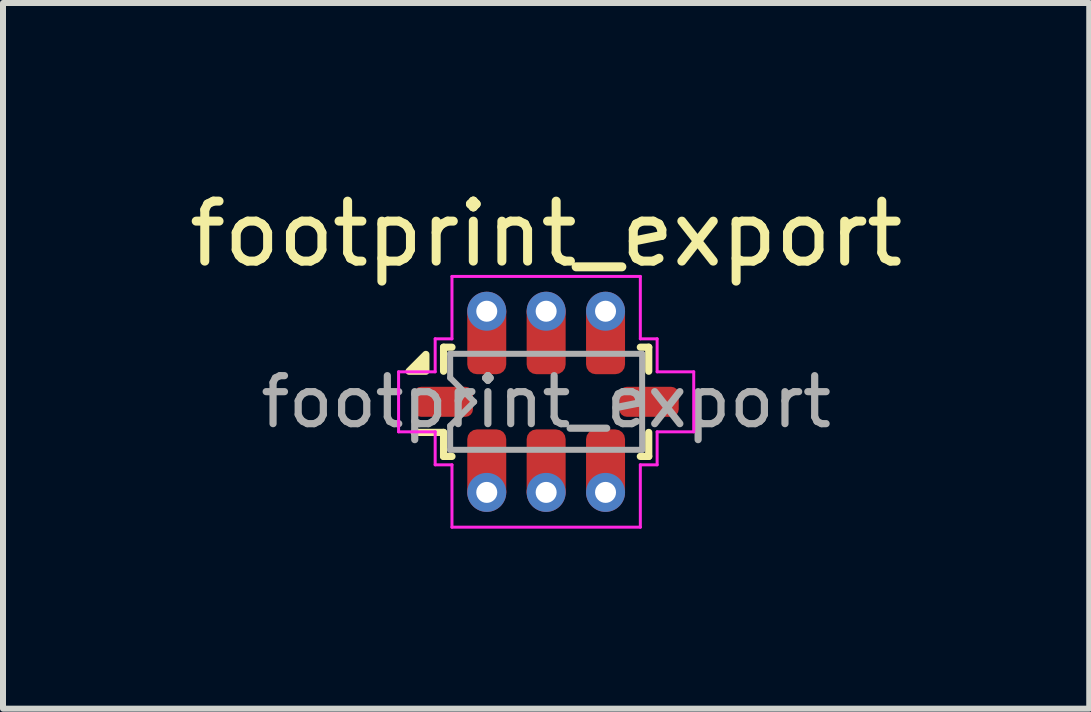
<source format=kicad_pcb>
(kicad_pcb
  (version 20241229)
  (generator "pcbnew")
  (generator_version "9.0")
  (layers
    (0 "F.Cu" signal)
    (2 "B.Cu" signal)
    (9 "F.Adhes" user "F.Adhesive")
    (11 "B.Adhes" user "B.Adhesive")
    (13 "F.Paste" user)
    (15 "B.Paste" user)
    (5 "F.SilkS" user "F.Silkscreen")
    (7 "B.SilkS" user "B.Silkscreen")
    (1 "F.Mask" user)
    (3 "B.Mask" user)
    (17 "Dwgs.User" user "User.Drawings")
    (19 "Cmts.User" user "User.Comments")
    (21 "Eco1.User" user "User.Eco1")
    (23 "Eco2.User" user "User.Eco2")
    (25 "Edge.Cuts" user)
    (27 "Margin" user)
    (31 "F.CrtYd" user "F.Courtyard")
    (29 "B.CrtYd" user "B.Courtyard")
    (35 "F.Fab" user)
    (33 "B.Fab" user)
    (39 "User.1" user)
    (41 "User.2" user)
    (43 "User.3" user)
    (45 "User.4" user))
  (footprint "footprint_export"
    (layer "F.Cu")
    (at 6.054 3.648)
    (property "Reference" "footprint_export" (at 0 -2.8 0) (layer "F.SilkS") (effects (font (size 1 1) (thickness 0.15))))
    (attr smd)
    (fp_line (start -2.2 0.51) (end -1.71 0.51) (stroke (width 0.12) (type solid)) (layer "F.SilkS"))
    (fp_line (start -1.71 -0.91) (end -1.71 -0.51) (stroke (width 0.12) (type solid)) (layer "F.SilkS"))
    (fp_line (start -1.71 -0.91) (end -1.57 -0.91) (stroke (width 0.12) (type solid)) (layer "F.SilkS"))
    (fp_line (start -1.71 0.51) (end -1.71 0.91) (stroke (width 0.12) (type solid)) (layer "F.SilkS"))
    (fp_line (start -1.57 0.91) (end -1.71 0.91) (stroke (width 0.12) (type solid)) (layer "F.SilkS"))
    (fp_line (start 1.57 -0.91) (end 1.71 -0.91) (stroke (width 0.12) (type solid)) (layer "F.SilkS"))
    (fp_line (start 1.71 -0.91) (end 1.71 -0.51) (stroke (width 0.12) (type solid)) (layer "F.SilkS"))
    (fp_line (start 1.71 0.51) (end 1.71 0.91) (stroke (width 0.12) (type solid)) (layer "F.SilkS"))
    (fp_line (start 1.71 0.91) (end 1.57 0.91) (stroke (width 0.12) (type solid)) (layer "F.SilkS"))
    (fp_poly (pts (xy -2.005 -0.51) (xy -2.285 -0.51) (xy -2.005 -0.79) (xy -2.005 -0.51)) (stroke (width 0.12) (type solid)) (fill yes) (layer "F.SilkS"))
    (fp_line (start -2.46 -0.5) (end -1.85 -0.5) (stroke (width 0.05) (type solid)) (layer "F.CrtYd"))
    (fp_line (start -2.46 0.5) (end -2.46 -0.5) (stroke (width 0.05) (type solid)) (layer "F.CrtYd"))
    (fp_line (start -2.46 0.5) (end -1.85 0.5) (stroke (width 0.05) (type solid)) (layer "F.CrtYd"))
    (fp_line (start -1.85 -0.5) (end -1.85 -1.05) (stroke (width 0.05) (type solid)) (layer "F.CrtYd"))
    (fp_line (start -1.85 1.05) (end -1.85 0.5) (stroke (width 0.05) (type solid)) (layer "F.CrtYd"))
    (fp_line (start -1.57 -1.05) (end -1.85 -1.05) (stroke (width 0.05) (type solid)) (layer "F.CrtYd"))
    (fp_line (start -1.57 -1.05) (end -1.57 -2.09) (stroke (width 0.05) (type solid)) (layer "F.CrtYd"))
    (fp_line (start -1.57 1.05) (end -1.85 1.05) (stroke (width 0.05) (type solid)) (layer "F.CrtYd"))
    (fp_line (start -1.57 2.09) (end -1.57 1.05) (stroke (width 0.05) (type solid)) (layer "F.CrtYd"))
    (fp_line (start 1.57 -2.09) (end -1.57 -2.09) (stroke (width 0.05) (type solid)) (layer "F.CrtYd"))
    (fp_line (start 1.57 -1.05) (end 1.57 -2.09) (stroke (width 0.05) (type solid)) (layer "F.CrtYd"))
    (fp_line (start 1.57 2.09) (end -1.57 2.09) (stroke (width 0.05) (type solid)) (layer "F.CrtYd"))
    (fp_line (start 1.57 2.09) (end 1.57 1.05) (stroke (width 0.05) (type solid)) (layer "F.CrtYd"))
    (fp_line (start 1.85 -1.05) (end 1.57 -1.05) (stroke (width 0.05) (type solid)) (layer "F.CrtYd"))
    (fp_line (start 1.85 -0.5) (end 1.85 -1.05) (stroke (width 0.05) (type solid)) (layer "F.CrtYd"))
    (fp_line (start 1.85 -0.5) (end 2.46 -0.5) (stroke (width 0.05) (type solid)) (layer "F.CrtYd"))
    (fp_line (start 1.85 0.5) (end 2.46 0.5) (stroke (width 0.05) (type solid)) (layer "F.CrtYd"))
    (fp_line (start 1.85 1.05) (end 1.57 1.05) (stroke (width 0.05) (type solid)) (layer "F.CrtYd"))
    (fp_line (start 1.85 1.05) (end 1.85 0.5) (stroke (width 0.05) (type solid)) (layer "F.CrtYd"))
    (fp_line (start 2.46 0.5) (end 2.46 -0.5) (stroke (width 0.05) (type solid)) (layer "F.CrtYd"))
    (fp_line (start -1.6 -0.4) (end -1.6 -0.8) (stroke (width 0.1) (type solid)) (layer "F.Fab"))
    (fp_line (start -1.6 -0.4) (end -1.2 0) (stroke (width 0.1) (type solid)) (layer "F.Fab"))
    (fp_line (start -1.6 0.4) (end -1.6 0.8) (stroke (width 0.1) (type solid)) (layer "F.Fab"))
    (fp_line (start -1.6 0.4) (end -1.2 0) (stroke (width 0.1) (type solid)) (layer "F.Fab"))
    (fp_line (start -1.6 0.8) (end 1.6 0.8) (stroke (width 0.1) (type solid)) (layer "F.Fab"))
    (fp_line (start 1.6 -0.8) (end -1.6 -0.8) (stroke (width 0.1) (type solid)) (layer "F.Fab"))
    (fp_line (start 1.6 0.8) (end 1.6 -0.8) (stroke (width 0.1) (type solid)) (layer "F.Fab"))
    (fp_text user "${REFERENCE}" (at 0 0 0) (layer "F.Fab") (effects (font (size 0.8 0.8) (thickness 0.12))))
    (pad "1" smd roundrect (at -1.715 0) (size 0.99 0.5) (layers "F.Cu" "F.Mask" "F.Paste") (roundrect_rratio 0.25))
    (pad "2" smd roundrect (at -0.99 1.066) (size 0.65 1.212) (layers "F.Cu" "F.Mask" "F.Paste") (roundrect_rratio 0.25))
    (pad "2" thru_hole circle (at -0.99 1.51) (size 0.65 0.65) (drill 0.35) (layers "*.Cu" "*.Mask"))
    (pad "3" smd roundrect (at 0 1.066) (size 0.65 1.212) (layers "F.Cu" "F.Mask" "F.Paste") (roundrect_rratio 0.25))
    (pad "3" thru_hole circle (at 0 1.51) (size 0.65 0.65) (drill 0.35) (layers "*.Cu" "*.Mask"))
    (pad "4" smd roundrect (at 0.99 1.066) (size 0.65 1.212) (layers "F.Cu" "F.Mask" "F.Paste") (roundrect_rratio 0.25))
    (pad "4" thru_hole circle (at 0.99 1.51) (size 0.65 0.65) (drill 0.35) (layers "*.Cu" "*.Mask"))
    (pad "5" smd roundrect (at 1.715 0) (size 0.99 0.5) (layers "F.Cu" "F.Mask" "F.Paste") (roundrect_rratio 0.25))
    (pad "6" thru_hole circle (at 0.99 -1.51) (size 0.65 0.65) (drill 0.35) (layers "*.Cu" "*.Mask"))
    (pad "6" smd roundrect (at 0.99 -1.066) (size 0.65 1.212) (layers "F.Cu" "F.Mask" "F.Paste") (roundrect_rratio 0.25))
    (pad "7" thru_hole circle (at 0 -1.51) (size 0.65 0.65) (drill 0.35) (layers "*.Cu" "*.Mask"))
    (pad "7" smd roundrect (at 0 -1.066) (size 0.65 1.212) (layers "F.Cu" "F.Mask" "F.Paste") (roundrect_rratio 0.25))
    (pad "8" thru_hole circle (at -0.99 -1.51) (size 0.65 0.65) (drill 0.35) (layers "*.Cu" "*.Mask"))
    (pad "8" smd roundrect (at -0.99 -1.066) (size 0.65 1.212) (layers "F.Cu" "F.Mask" "F.Paste") (roundrect_rratio 0.25)))
  (gr_rect
    (start -3 -3)
    (end 15.107 8.763)
    (stroke (width 0.1) (type default))
    (fill no)
    (layer "Edge.Cuts")))
</source>
